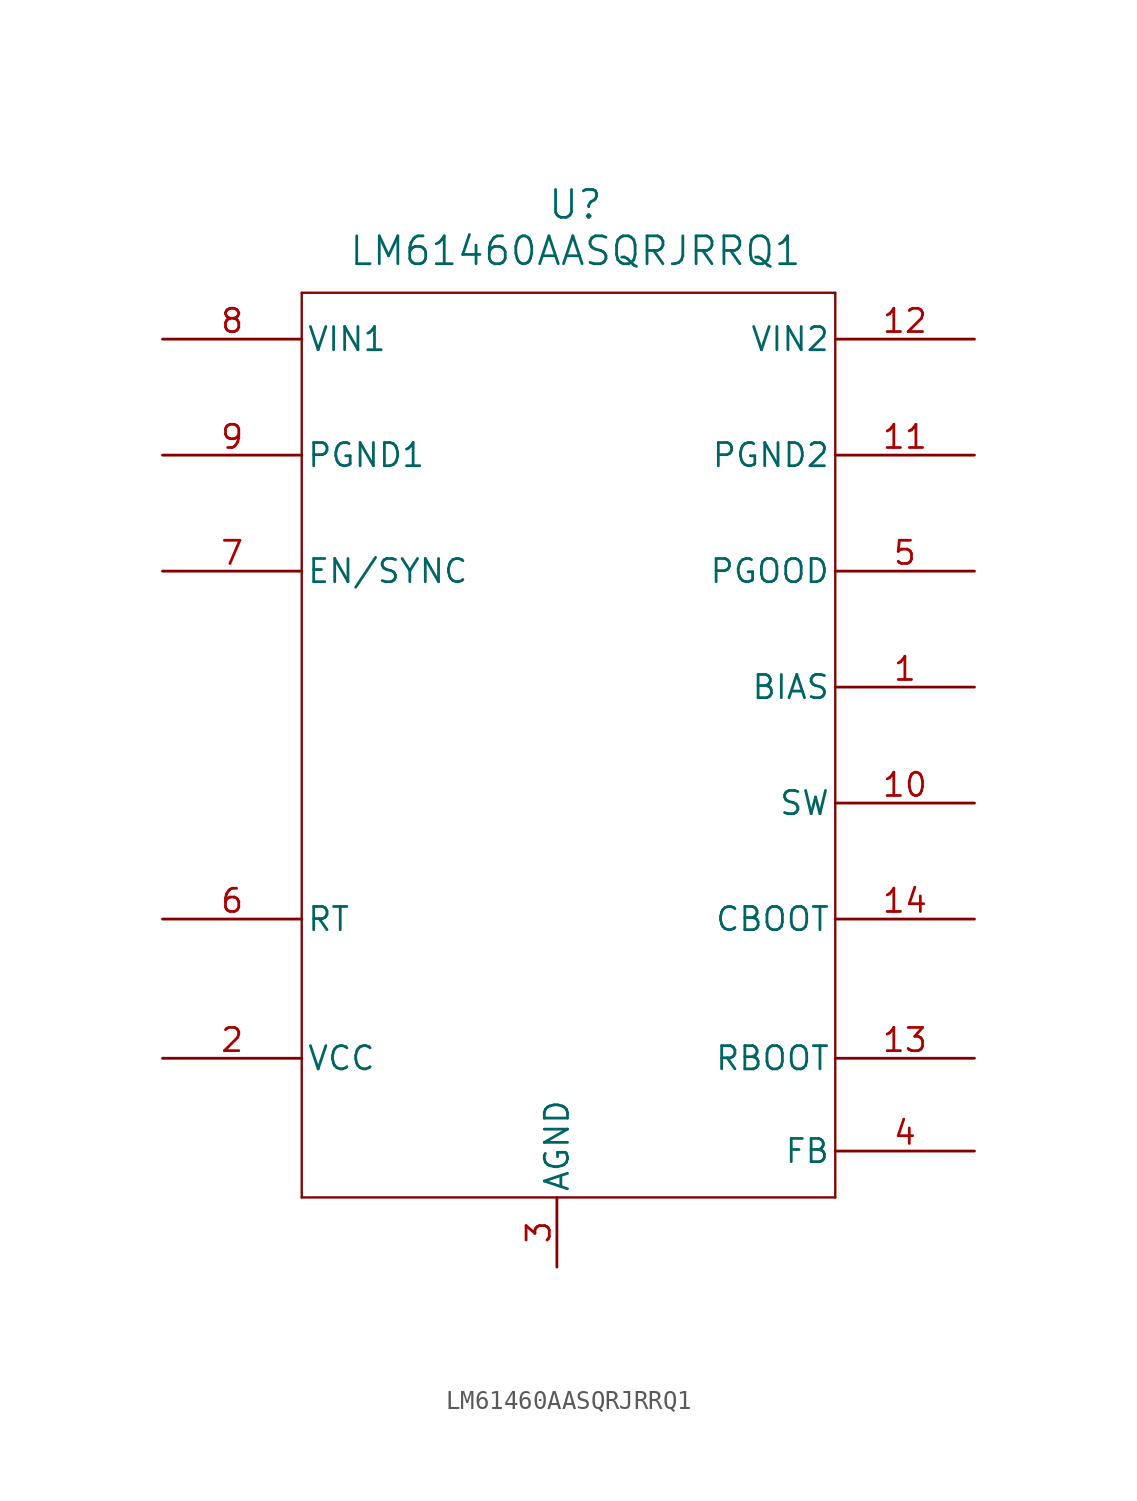
<source format=kicad_sym>
(kicad_symbol_lib
  (version 20231120)
  (generator "kicad_symbol_editor")
  (generator_version "8.0")
  (symbol "LM61460AASQRJRRQ1"
    (pin_names
      (offset 0.254))
    (property "Reference" "U"
      (at 28.956 9.906 0)
      (effects (font (size 1.524 1.524))))
    (property "Value" "LM61460AASQRJRRQ1"
      (at 28.956 7.366 0)
      (effects (font (size 1.524 1.524))))
    (symbol "LM61460AASQRJRRQ1_0_1"
      (polyline (pts (xy 13.97 -44.45) (xy 43.18 -44.45)) (stroke (width 0.127) (type default)) (fill (type none)))
      (polyline (pts (xy 13.97 5.08) (xy 13.97 -44.45)) (stroke (width 0.127) (type default)) (fill (type none)))
      (polyline (pts (xy 43.18 -44.45) (xy 43.18 5.08)) (stroke (width 0.127) (type default)) (fill (type none)))
      (polyline (pts (xy 43.18 5.08) (xy 13.97 5.08)) (stroke (width 0.127) (type default)) (fill (type none)))
      (pin output line (at 50.8 -22.86 180) (length 7.62) (name "SW" (effects (font (size 1.27 1.27)))) (number "10" (effects (font (size 1.27 1.27)))))
      (pin bidirectional line (at 50.8 -36.83 180) (length 7.62) (name "RBOOT" (effects (font (size 1.27 1.27)))) (number "13" (effects (font (size 1.27 1.27)))))
      (pin bidirectional line (at 50.8 -29.21 180) (length 7.62) (name "CBOOT" (effects (font (size 1.27 1.27)))) (number "14" (effects (font (size 1.27 1.27)))))
      (pin passive line (at 6.35 -36.83 0) (length 7.62) (name "VCC" (effects (font (size 1.27 1.27)))) (number "2" (effects (font (size 1.27 1.27)))))
      (pin input line (at 50.8 -41.91 180) (length 7.62) (name "FB" (effects (font (size 1.27 1.27)))) (number "4" (effects (font (size 1.27 1.27)))))
      (pin passive line (at 50.8 -10.16 180) (length 7.62) (name "PGOOD" (effects (font (size 1.27 1.27)))) (number "5" (effects (font (size 1.27 1.27)))))
      (pin bidirectional line (at 6.35 -29.21 0) (length 7.62) (name "RT" (effects (font (size 1.27 1.27)))) (number "6" (effects (font (size 1.27 1.27)))))
      (pin input line (at 6.35 -10.16 0) (length 7.62) (name "EN/SYNC" (effects (font (size 1.27 1.27)))) (number "7" (effects (font (size 1.27 1.27))))))
    (symbol "LM61460AASQRJRRQ1_1_1"
      (pin passive line (at 50.8 -16.51 180) (length 7.62) (name "BIAS" (effects (font (size 1.27 1.27)))) (number "1" (effects (font (size 1.27 1.27)))))
      (pin passive line (at 50.8 -3.81 180) (length 7.62) (name "PGND2" (effects (font (size 1.27 1.27)))) (number "11" (effects (font (size 1.27 1.27)))))
      (pin passive line (at 50.8 2.54 180) (length 7.62) (name "VIN2" (effects (font (size 1.27 1.27)))) (number "12" (effects (font (size 1.27 1.27)))))
      (pin passive line (at 27.94 -48.26 90) (length 3.81) (name "AGND" (effects (font (size 1.27 1.27)))) (number "3" (effects (font (size 1.27 1.27)))))
      (pin passive line (at 6.35 2.54 0) (length 7.62) (name "VIN1" (effects (font (size 1.27 1.27)))) (number "8" (effects (font (size 1.27 1.27)))))
      (pin passive line (at 6.35 -3.81 0) (length 7.62) (name "PGND1" (effects (font (size 1.27 1.27)))) (number "9" (effects (font (size 1.27 1.27))))))))
</source>
